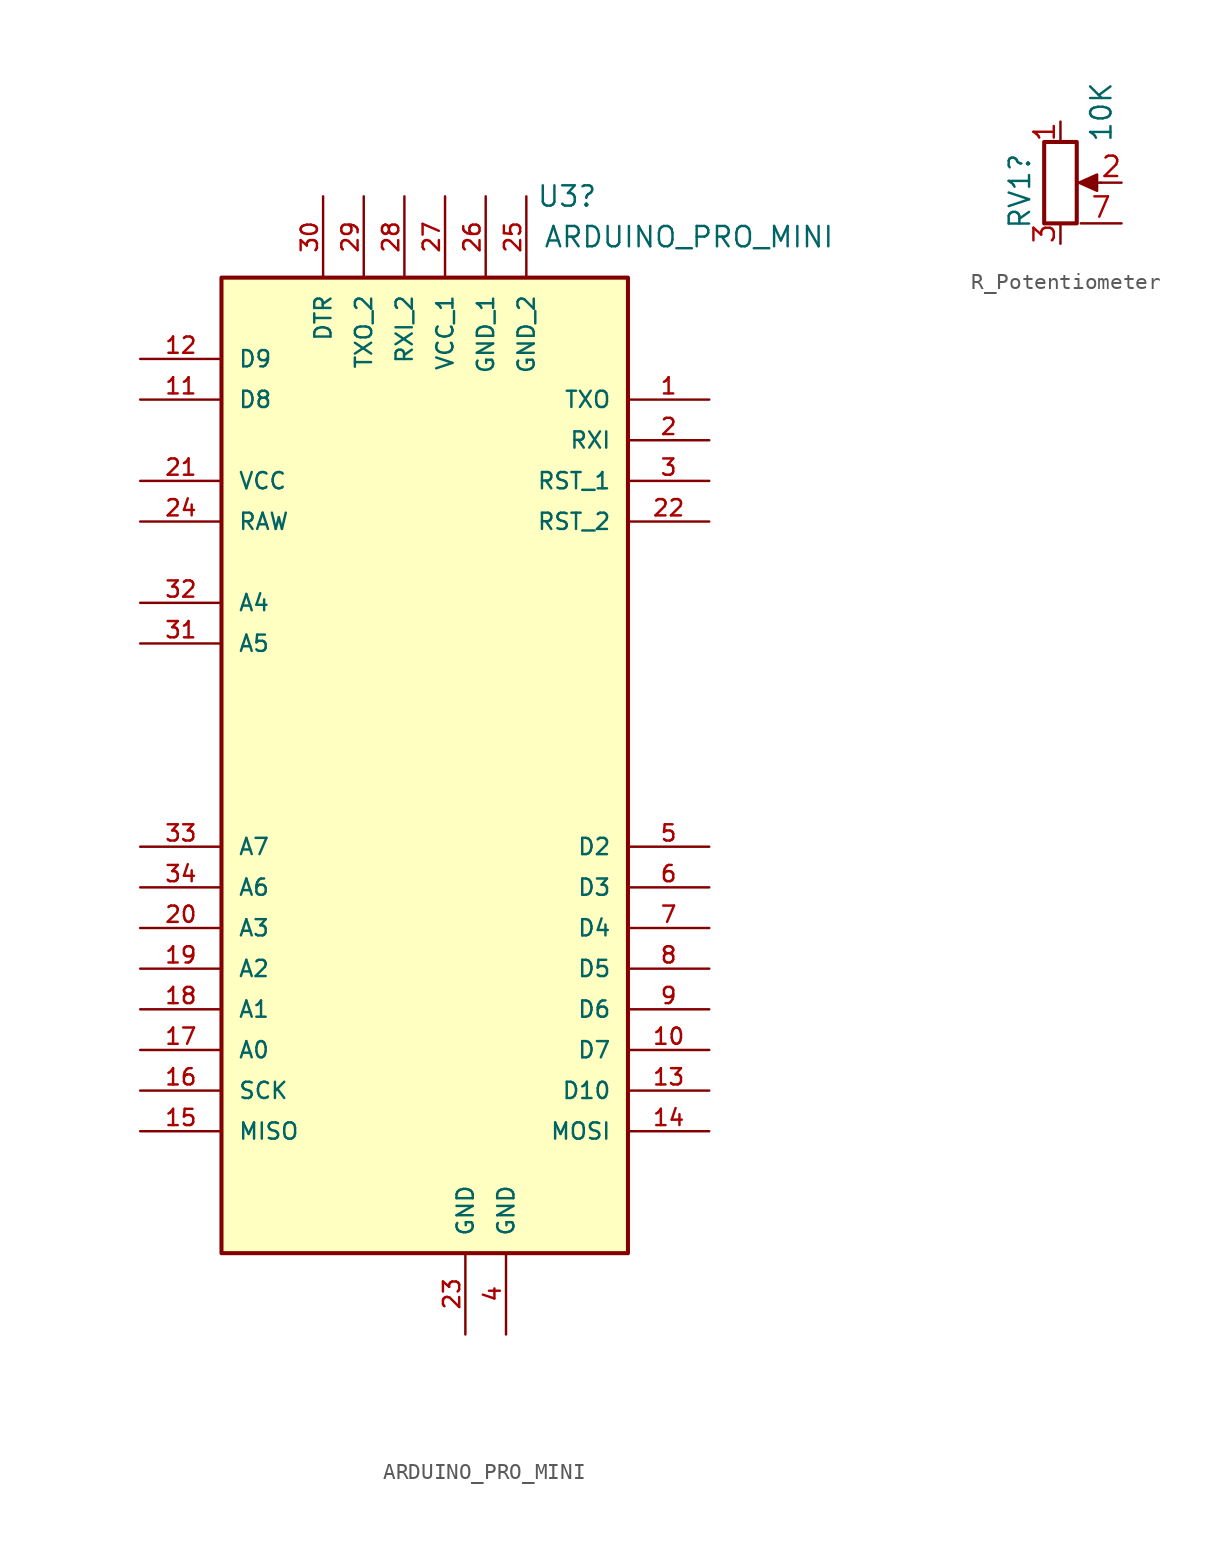
<source format=kicad_sym>
(kicad_symbol_lib
  (version 20220914)
  (generator kicad_symbol_editor)
  (symbol "ARDUINO_PRO_MINI"
    (pin_names
      (offset 1.016))
    (property "Reference" "U3"
      (at 8.89 35.56 0)
      (effects (font (size 1.27 1.27))))
    (property "Value" "ARDUINO_PRO_MINI"
      (at 16.51 33.02 0)
      (effects (font (size 1.27 1.27))))
    (symbol "ARDUINO_PRO_MINI_0_0"
      (rectangle (start -12.7 -30.48) (end 12.7 30.48) (stroke (width 0.254) (type default)) (fill (type background))))
    (symbol "ARDUINO_PRO_MINI_1_0"
      (pin bidirectional line (at 17.78 22.86 180) (length 5.08) (name "TXO" (effects (font (size 1.016 1.016)))) (number "1" (effects (font (size 1.016 1.016)))))
      (pin bidirectional line (at 17.78 -17.78 180) (length 5.08) (name "D7" (effects (font (size 1.016 1.016)))) (number "10" (effects (font (size 1.016 1.016)))))
      (pin bidirectional line (at -17.78 22.86 0) (length 5.08) (name "D8" (effects (font (size 1.016 1.016)))) (number "11" (effects (font (size 1.016 1.016)))))
      (pin bidirectional line (at -17.78 25.4 0) (length 5.08) (name "D9" (effects (font (size 1.016 1.016)))) (number "12" (effects (font (size 1.016 1.016)))))
      (pin bidirectional line (at 17.78 -20.32 180) (length 5.08) (name "D10" (effects (font (size 1.016 1.016)))) (number "13" (effects (font (size 1.016 1.016)))))
      (pin bidirectional line (at 17.78 -22.86 180) (length 5.08) (name "MOSI" (effects (font (size 1.016 1.016)))) (number "14" (effects (font (size 1.016 1.016)))))
      (pin bidirectional line (at -17.78 -22.86 0) (length 5.08) (name "MISO" (effects (font (size 1.016 1.016)))) (number "15" (effects (font (size 1.016 1.016)))))
      (pin bidirectional line (at -17.78 -20.32 0) (length 5.08) (name "SCK" (effects (font (size 1.016 1.016)))) (number "16" (effects (font (size 1.016 1.016)))))
      (pin bidirectional line (at -17.78 -17.78 0) (length 5.08) (name "A0" (effects (font (size 1.016 1.016)))) (number "17" (effects (font (size 1.016 1.016)))))
      (pin bidirectional line (at -17.78 -15.24 0) (length 5.08) (name "A1" (effects (font (size 1.016 1.016)))) (number "18" (effects (font (size 1.016 1.016)))))
      (pin bidirectional line (at -17.78 -12.7 0) (length 5.08) (name "A2" (effects (font (size 1.016 1.016)))) (number "19" (effects (font (size 1.016 1.016)))))
      (pin bidirectional line (at 17.78 20.32 180) (length 5.08) (name "RXI" (effects (font (size 1.016 1.016)))) (number "2" (effects (font (size 1.016 1.016)))))
      (pin bidirectional line (at -17.78 -10.16 0) (length 5.08) (name "A3" (effects (font (size 1.016 1.016)))) (number "20" (effects (font (size 1.016 1.016)))))
      (pin power_in line (at -17.78 17.78 0) (length 5.08) (name "VCC" (effects (font (size 1.016 1.016)))) (number "21" (effects (font (size 1.016 1.016)))))
      (pin input line (at 17.78 15.24 180) (length 5.08) (name "RST_2" (effects (font (size 1.016 1.016)))) (number "22" (effects (font (size 1.016 1.016)))))
      (pin power_in line (at 2.54 -35.56 90) (length 5.08) (name "GND" (effects (font (size 1.016 1.016)))) (number "23" (effects (font (size 1.016 1.016)))))
      (pin power_in line (at -17.78 15.24 0) (length 5.08) (name "RAW" (effects (font (size 1.016 1.016)))) (number "24" (effects (font (size 1.016 1.016)))))
      (pin power_in line (at 6.35 35.56 270) (length 5.08) (name "GND_2" (effects (font (size 1.016 1.016)))) (number "25" (effects (font (size 1.016 1.016)))))
      (pin power_in line (at 3.81 35.56 270) (length 5.08) (name "GND_1" (effects (font (size 1.016 1.016)))) (number "26" (effects (font (size 1.016 1.016)))))
      (pin power_in line (at 1.27 35.56 270) (length 5.08) (name "VCC_1" (effects (font (size 1.016 1.016)))) (number "27" (effects (font (size 1.016 1.016)))))
      (pin bidirectional line (at -1.27 35.56 270) (length 5.08) (name "RXI_2" (effects (font (size 1.016 1.016)))) (number "28" (effects (font (size 1.016 1.016)))))
      (pin bidirectional line (at -3.81 35.56 270) (length 5.08) (name "TXO_2" (effects (font (size 1.016 1.016)))) (number "29" (effects (font (size 1.016 1.016)))))
      (pin input line (at 17.78 17.78 180) (length 5.08) (name "RST_1" (effects (font (size 1.016 1.016)))) (number "3" (effects (font (size 1.016 1.016)))))
      (pin input line (at -6.35 35.56 270) (length 5.08) (name "DTR" (effects (font (size 1.016 1.016)))) (number "30" (effects (font (size 1.016 1.016)))))
      (pin bidirectional line (at -17.78 7.62 0) (length 5.08) (name "A5" (effects (font (size 1.016 1.016)))) (number "31" (effects (font (size 1.016 1.016)))))
      (pin bidirectional line (at -17.78 10.16 0) (length 5.08) (name "A4" (effects (font (size 1.016 1.016)))) (number "32" (effects (font (size 1.016 1.016)))))
      (pin input line (at -17.78 -5.08 0) (length 5.08) (name "A7" (effects (font (size 1.016 1.016)))) (number "33" (effects (font (size 1.016 1.016)))))
      (pin input line (at -17.78 -7.62 0) (length 5.08) (name "A6" (effects (font (size 1.016 1.016)))) (number "34" (effects (font (size 1.016 1.016)))))
      (pin power_in line (at 5.08 -35.56 90) (length 5.08) (name "GND" (effects (font (size 1.016 1.016)))) (number "4" (effects (font (size 1.016 1.016)))))
      (pin bidirectional line (at 17.78 -5.08 180) (length 5.08) (name "D2" (effects (font (size 1.016 1.016)))) (number "5" (effects (font (size 1.016 1.016)))))
      (pin bidirectional line (at 17.78 -7.62 180) (length 5.08) (name "D3" (effects (font (size 1.016 1.016)))) (number "6" (effects (font (size 1.016 1.016)))))
      (pin bidirectional line (at 17.78 -10.16 180) (length 5.08) (name "D4" (effects (font (size 1.016 1.016)))) (number "7" (effects (font (size 1.016 1.016)))))
      (pin bidirectional line (at 17.78 -12.7 180) (length 5.08) (name "D5" (effects (font (size 1.016 1.016)))) (number "8" (effects (font (size 1.016 1.016)))))
      (pin bidirectional line (at 17.78 -15.24 180) (length 5.08) (name "D6" (effects (font (size 1.016 1.016)))) (number "9" (effects (font (size 1.016 1.016)))))))
  (symbol "R_Potentiometer"
    (pin_names
      (offset 1.016) hide)
    (property "Reference" "RV1"
      (at -2.54 1.905 90)
      (effects (font (size 1.27 1.27)) (justify right)))
    (property "Value" "10K"
      (at 2.54 6.35 90)
      (effects (font (size 1.27 1.27)) (justify right)))
    (symbol "R_Potentiometer_0_1"
      (polyline (pts (xy 2.54 0) (xy 1.524 0)) (stroke (width 0) (type default)) (fill (type none)))
      (polyline (pts (xy 1.143 0) (xy 2.286 0.508) (xy 2.286 -0.508) (xy 1.143 0)) (stroke (width 0) (type default)) (fill (type outline)))
      (rectangle (start 1.016 2.54) (end -1.016 -2.54) (stroke (width 0.254) (type default)) (fill (type none))))
    (symbol "R_Potentiometer_1_1"
      (pin passive line (at 0 3.81 270) (length 1.27) (name "1" (effects (font (size 1.27 1.27)))) (number "1" (effects (font (size 1.27 1.27)))))
      (pin passive line (at 3.81 0 180) (length 1.27) (name "2" (effects (font (size 1.27 1.27)))) (number "2" (effects (font (size 1.27 1.27)))))
      (pin passive line (at 0 -3.81 90) (length 1.27) (name "3" (effects (font (size 1.27 1.27)))) (number "3" (effects (font (size 1.27 1.27)))))
      (pin power_in line (at 3.81 -2.54 180) (length 2.54) (name "Shield" (effects (font (size 1.27 1.27)))) (number "7" (effects (font (size 1.27 1.27))))))))
</source>
